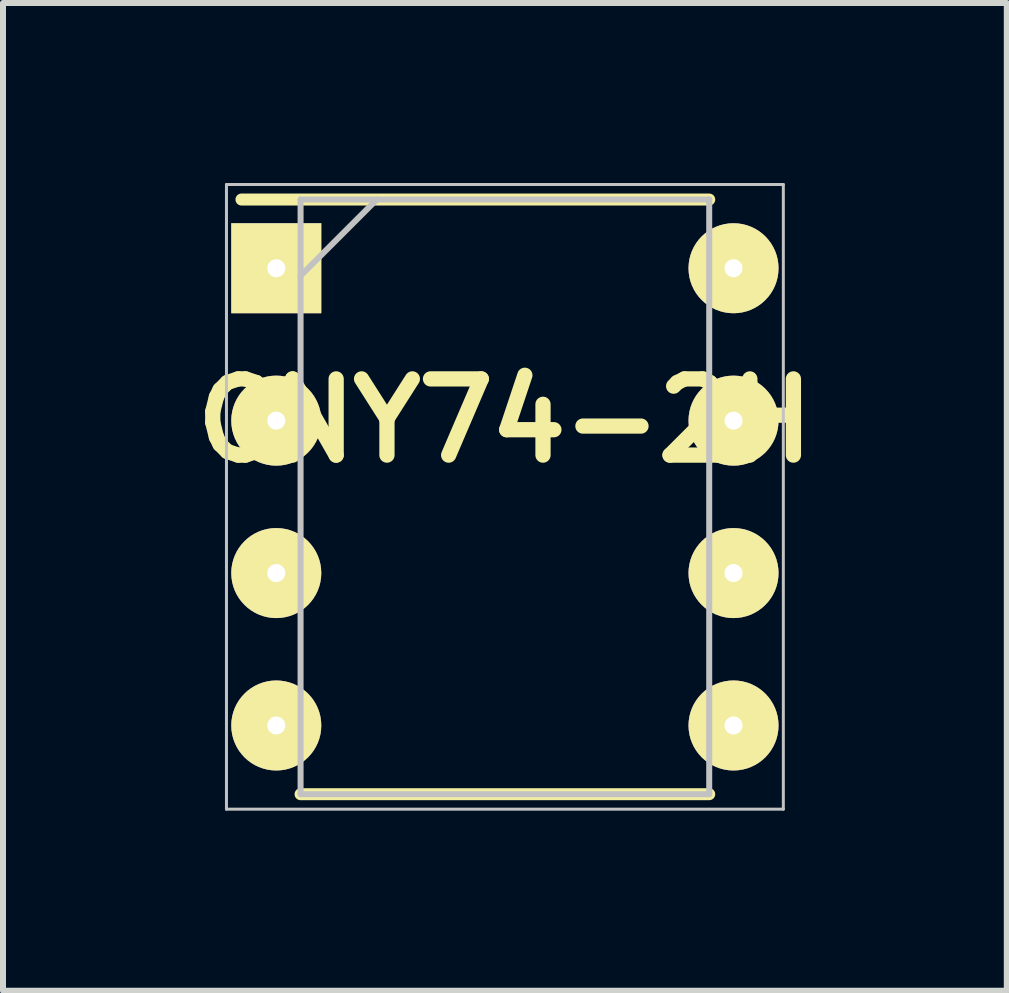
<source format=kicad_pcb>
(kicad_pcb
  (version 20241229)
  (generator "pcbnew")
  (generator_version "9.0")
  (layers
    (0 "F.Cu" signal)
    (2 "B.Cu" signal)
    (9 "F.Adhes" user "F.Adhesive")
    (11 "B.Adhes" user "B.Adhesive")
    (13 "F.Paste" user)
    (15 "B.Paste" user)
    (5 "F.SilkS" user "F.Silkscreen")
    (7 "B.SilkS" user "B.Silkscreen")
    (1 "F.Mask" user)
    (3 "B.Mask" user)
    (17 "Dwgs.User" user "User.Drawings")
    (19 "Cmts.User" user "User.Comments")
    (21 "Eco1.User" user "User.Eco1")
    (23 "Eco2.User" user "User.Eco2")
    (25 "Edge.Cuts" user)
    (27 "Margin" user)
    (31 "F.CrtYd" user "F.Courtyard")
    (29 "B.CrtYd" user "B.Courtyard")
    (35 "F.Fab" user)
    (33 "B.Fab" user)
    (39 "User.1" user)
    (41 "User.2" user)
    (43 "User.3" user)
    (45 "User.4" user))
  (footprint "CNY74-2H"
    (layer "F.Cu")
    (at 5.364 5.23)
    (property "Reference" "CNY74-2H" (at 0 -1.27 0) (layer "F.SilkS") (effects (font (size 1.27 1.27) (thickness 0.254))))
    (attr through_hole)
    (fp_line (start -4.39 -4.955) (end 3.405 -4.955) (stroke (width 0.2) (type solid)) (layer "F.SilkS"))
    (fp_line (start -3.405 4.955) (end 3.405 4.955) (stroke (width 0.2) (type solid)) (layer "F.SilkS"))
    (fp_line (start -4.64 -5.205) (end 4.64 -5.205) (stroke (width 0.05) (type solid)) (layer "Dwgs.User"))
    (fp_line (start -4.64 5.205) (end -4.64 -5.205) (stroke (width 0.05) (type solid)) (layer "Dwgs.User"))
    (fp_line (start -3.405 -4.955) (end 3.405 -4.955) (stroke (width 0.1) (type solid)) (layer "Dwgs.User"))
    (fp_line (start -3.405 -3.685) (end -2.135 -4.955) (stroke (width 0.1) (type solid)) (layer "Dwgs.User"))
    (fp_line (start -3.405 4.955) (end -3.405 -4.955) (stroke (width 0.1) (type solid)) (layer "Dwgs.User"))
    (fp_line (start 3.405 -4.955) (end 3.405 4.955) (stroke (width 0.1) (type solid)) (layer "Dwgs.User"))
    (fp_line (start 3.405 4.955) (end -3.405 4.955) (stroke (width 0.1) (type solid)) (layer "Dwgs.User"))
    (fp_line (start 4.64 -5.205) (end 4.64 5.205) (stroke (width 0.05) (type solid)) (layer "Dwgs.User"))
    (fp_line (start 4.64 5.205) (end -4.64 5.205) (stroke (width 0.05) (type solid)) (layer "Dwgs.User"))
    (pad "1" thru_hole rect (at -3.81 -3.81 90) (size 1.5 1.5) (drill 0.3) (layers "*.Cu" "*.Mask" "F.SilkS"))
    (pad "2" thru_hole circle (at -3.81 -1.27 90) (size 1.5 1.5) (drill 0.3) (layers "*.Cu" "*.Mask" "F.SilkS"))
    (pad "3" thru_hole circle (at -3.81 1.27 90) (size 1.5 1.5) (drill 0.3) (layers "*.Cu" "*.Mask" "F.SilkS"))
    (pad "4" thru_hole circle (at -3.81 3.81 90) (size 1.5 1.5) (drill 0.3) (layers "*.Cu" "*.Mask" "F.SilkS"))
    (pad "5" thru_hole circle (at 3.81 3.81 90) (size 1.5 1.5) (drill 0.3) (layers "*.Cu" "*.Mask" "F.SilkS"))
    (pad "6" thru_hole circle (at 3.81 1.27 90) (size 1.5 1.5) (drill 0.3) (layers "*.Cu" "*.Mask" "F.SilkS"))
    (pad "7" thru_hole circle (at 3.81 -1.27 90) (size 1.5 1.5) (drill 0.3) (layers "*.Cu" "*.Mask" "F.SilkS"))
    (pad "8" thru_hole circle (at 3.81 -3.81 90) (size 1.5 1.5) (drill 0.3) (layers "*.Cu" "*.Mask" "F.SilkS")))
  (gr_rect
    (start -3 -3)
    (end 13.728 13.46)
    (stroke (width 0.1) (type default))
    (fill no)
    (layer "Edge.Cuts")))
</source>
